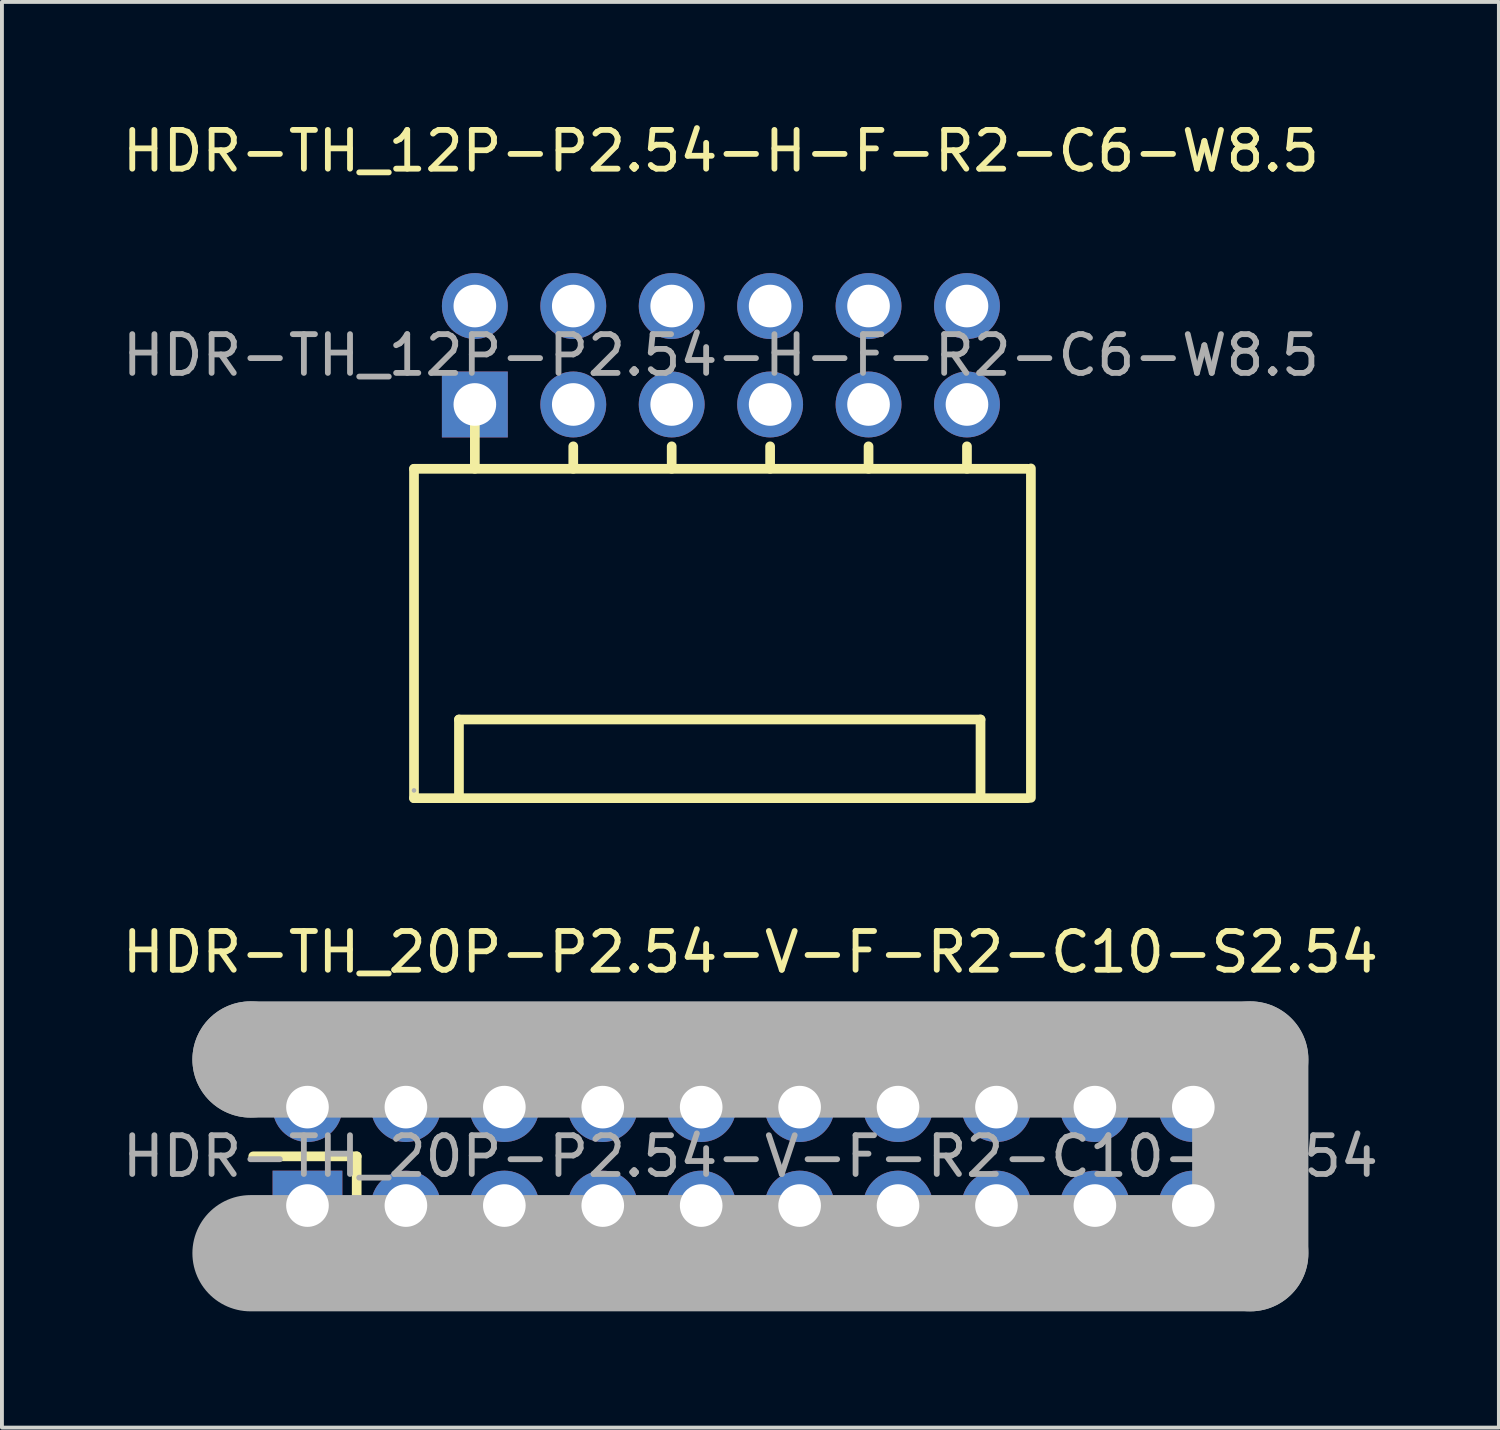
<source format=kicad_pcb>
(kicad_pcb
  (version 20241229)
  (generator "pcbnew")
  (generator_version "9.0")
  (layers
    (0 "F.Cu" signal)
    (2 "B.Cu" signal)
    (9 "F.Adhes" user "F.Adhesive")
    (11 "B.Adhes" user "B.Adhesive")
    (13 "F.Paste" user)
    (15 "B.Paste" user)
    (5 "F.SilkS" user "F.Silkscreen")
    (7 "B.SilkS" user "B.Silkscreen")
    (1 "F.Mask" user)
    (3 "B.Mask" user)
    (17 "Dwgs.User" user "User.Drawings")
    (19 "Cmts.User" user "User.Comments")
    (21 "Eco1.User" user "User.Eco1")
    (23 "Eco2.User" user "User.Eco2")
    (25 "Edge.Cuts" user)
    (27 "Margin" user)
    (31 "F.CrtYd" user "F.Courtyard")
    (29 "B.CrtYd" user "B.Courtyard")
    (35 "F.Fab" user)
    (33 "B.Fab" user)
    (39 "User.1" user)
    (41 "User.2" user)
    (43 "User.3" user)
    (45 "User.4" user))
  (footprint "HDR-TH_20P-P2.54-V-F-R2-C10-S2.54"
    (layer "F.Cu")
    (at 16.315 26.791)
    (property "Reference" "HDR-TH_20P-P2.54-V-F-R2-C10-S2.54" (at 0 -5.27 0) (layer "F.SilkS") (effects (font (size 1 1) (thickness 0.15))))
    (attr through_hole)
    (fp_line (start -12.83 0) (end -10.16 0) (stroke (width 0.25) (type solid)) (layer "F.SilkS"))
    (fp_line (start -10.16 0) (end -10.16 2.41) (stroke (width 0.25) (type solid)) (layer "F.SilkS"))
    (fp_line (start -12.9 -2.5) (end -12.9 -2.5) (stroke (width 3) (type solid)) (layer "F.Fab"))
    (fp_line (start -12.9 -2.5) (end 12.9 -2.5) (stroke (width 3) (type solid)) (layer "F.Fab"))
    (fp_line (start 12.9 -2.5) (end 12.9 2.5) (stroke (width 3) (type solid)) (layer "F.Fab"))
    (fp_line (start 12.9 2.5) (end -12.9 2.5) (stroke (width 3) (type solid)) (layer "F.Fab"))
    (fp_circle (center -12.95 2.5) (end -12.92 2.5) (stroke (width 0.06) (type solid)) (fill no) (layer "F.Fab"))
    (fp_text user "${REFERENCE}" (at 0 0 0) (layer "F.Fab") (effects (font (size 1 1) (thickness 0.15))))
    (pad "1" thru_hole rect (at -11.43 1.27) (size 1.8 1.8) (drill 1.1) (layers "*.Cu" "*.Mask"))
    (pad "2" thru_hole circle (at -11.43 -1.27) (size 1.8 1.8) (drill 1.1) (layers "*.Cu" "*.Mask"))
    (pad "3" thru_hole circle (at -8.89 1.27) (size 1.8 1.8) (drill 1.1) (layers "*.Cu" "*.Mask"))
    (pad "4" thru_hole circle (at -8.89 -1.27) (size 1.8 1.8) (drill 1.1) (layers "*.Cu" "*.Mask"))
    (pad "5" thru_hole circle (at -6.35 1.27) (size 1.8 1.8) (drill 1.1) (layers "*.Cu" "*.Mask"))
    (pad "6" thru_hole circle (at -6.35 -1.27) (size 1.8 1.8) (drill 1.1) (layers "*.Cu" "*.Mask"))
    (pad "7" thru_hole circle (at -3.81 1.27) (size 1.8 1.8) (drill 1.1) (layers "*.Cu" "*.Mask"))
    (pad "8" thru_hole circle (at -3.81 -1.27) (size 1.8 1.8) (drill 1.1) (layers "*.Cu" "*.Mask"))
    (pad "9" thru_hole circle (at -1.27 1.27) (size 1.8 1.8) (drill 1.1) (layers "*.Cu" "*.Mask"))
    (pad "10" thru_hole circle (at -1.27 -1.27) (size 1.8 1.8) (drill 1.1) (layers "*.Cu" "*.Mask"))
    (pad "11" thru_hole circle (at 1.27 1.27) (size 1.8 1.8) (drill 1.1) (layers "*.Cu" "*.Mask"))
    (pad "12" thru_hole circle (at 1.27 -1.27) (size 1.8 1.8) (drill 1.1) (layers "*.Cu" "*.Mask"))
    (pad "13" thru_hole circle (at 3.81 1.27) (size 1.8 1.8) (drill 1.1) (layers "*.Cu" "*.Mask"))
    (pad "14" thru_hole circle (at 3.81 -1.27) (size 1.8 1.8) (drill 1.1) (layers "*.Cu" "*.Mask"))
    (pad "15" thru_hole circle (at 6.35 1.27) (size 1.8 1.8) (drill 1.1) (layers "*.Cu" "*.Mask"))
    (pad "16" thru_hole circle (at 6.35 -1.27) (size 1.8 1.8) (drill 1.1) (layers "*.Cu" "*.Mask"))
    (pad "17" thru_hole circle (at 8.89 1.27) (size 1.8 1.8) (drill 1.1) (layers "*.Cu" "*.Mask"))
    (pad "18" thru_hole circle (at 8.89 -1.27) (size 1.8 1.8) (drill 1.1) (layers "*.Cu" "*.Mask"))
    (pad "19" thru_hole circle (at 11.43 1.27) (size 1.8 1.8) (drill 1.1) (layers "*.Cu" "*.Mask"))
    (pad "20" thru_hole circle (at 11.43 -1.27) (size 1.8 1.8) (drill 1.1) (layers "*.Cu" "*.Mask")))
  (footprint "HDR-TH_12P-P2.54-H-F-R2-C6-W8.5"
    (layer "F.Cu")
    (at 15.554 6.118)
    (property "Reference" "HDR-TH_12P-P2.54-H-F-R2-C6-W8.5" (at 0 -5.27 0) (layer "F.SilkS") (effects (font (size 1 1) (thickness 0.15))))
    (attr through_hole)
    (fp_line (start -7.92 2.93) (end 7.92 2.93) (stroke (width 0.25) (type solid)) (layer "F.SilkS"))
    (fp_line (start -7.92 11.43) (end -7.92 2.93) (stroke (width 0.25) (type solid)) (layer "F.SilkS"))
    (fp_line (start -7.92 11.43) (end 7.92 11.43) (stroke (width 0.25) (type solid)) (layer "F.SilkS"))
    (fp_line (start -6.76 9.4) (end 6.7 9.4) (stroke (width 0.25) (type solid)) (layer "F.SilkS"))
    (fp_line (start -6.76 11.43) (end -6.76 9.4) (stroke (width 0.25) (type solid)) (layer "F.SilkS"))
    (fp_line (start -6.35 1.4) (end -6.35 2.93) (stroke (width 0.25) (type solid)) (layer "F.SilkS"))
    (fp_line (start -3.81 2.35) (end -3.81 2.93) (stroke (width 0.25) (type solid)) (layer "F.SilkS"))
    (fp_line (start -1.27 2.35) (end -1.27 2.93) (stroke (width 0.25) (type solid)) (layer "F.SilkS"))
    (fp_line (start 1.27 2.35) (end 1.27 2.93) (stroke (width 0.25) (type solid)) (layer "F.SilkS"))
    (fp_line (start 3.81 2.35) (end 3.81 2.93) (stroke (width 0.25) (type solid)) (layer "F.SilkS"))
    (fp_line (start 6.35 2.35) (end 6.35 2.93) (stroke (width 0.25) (type solid)) (layer "F.SilkS"))
    (fp_line (start 6.7 9.4) (end 6.7 11.43) (stroke (width 0.25) (type solid)) (layer "F.SilkS"))
    (fp_line (start 8 2.92) (end 8 11.42) (stroke (width 0.25) (type solid)) (layer "F.SilkS"))
    (fp_circle (center -7.92 11.23) (end -7.89 11.23) (stroke (width 0.06) (type solid)) (fill no) (layer "F.Fab"))
    (fp_text user "${REFERENCE}" (at 0 0 0) (layer "F.Fab") (effects (font (size 1 1) (thickness 0.15))))
    (pad "1" thru_hole rect (at -6.35 1.27) (size 1.7 1.7) (drill 1.1) (layers "*.Cu" "*.Mask"))
    (pad "2" thru_hole circle (at -6.35 -1.27) (size 1.7 1.7) (drill 1.1) (layers "*.Cu" "*.Mask"))
    (pad "3" thru_hole circle (at -3.81 1.27) (size 1.7 1.7) (drill 1.1) (layers "*.Cu" "*.Mask"))
    (pad "4" thru_hole circle (at -3.81 -1.27) (size 1.7 1.7) (drill 1.1) (layers "*.Cu" "*.Mask"))
    (pad "5" thru_hole circle (at -1.27 1.27) (size 1.7 1.7) (drill 1.1) (layers "*.Cu" "*.Mask"))
    (pad "6" thru_hole circle (at -1.27 -1.27) (size 1.7 1.7) (drill 1.1) (layers "*.Cu" "*.Mask"))
    (pad "7" thru_hole circle (at 1.27 1.27) (size 1.7 1.7) (drill 1.1) (layers "*.Cu" "*.Mask"))
    (pad "8" thru_hole circle (at 1.27 -1.27) (size 1.7 1.7) (drill 1.1) (layers "*.Cu" "*.Mask"))
    (pad "9" thru_hole circle (at 3.81 1.27) (size 1.7 1.7) (drill 1.1) (layers "*.Cu" "*.Mask"))
    (pad "10" thru_hole circle (at 3.81 -1.27) (size 1.7 1.7) (drill 1.1) (layers "*.Cu" "*.Mask"))
    (pad "11" thru_hole circle (at 6.35 1.27) (size 1.7 1.7) (drill 1.1) (layers "*.Cu" "*.Mask"))
    (pad "12" thru_hole circle (at 6.35 -1.27) (size 1.7 1.7) (drill 1.1) (layers "*.Cu" "*.Mask")))
  (gr_rect
    (start -3 -3)
    (end 35.631 33.791)
    (stroke (width 0.1) (type default))
    (fill no)
    (layer "Edge.Cuts")))
</source>
